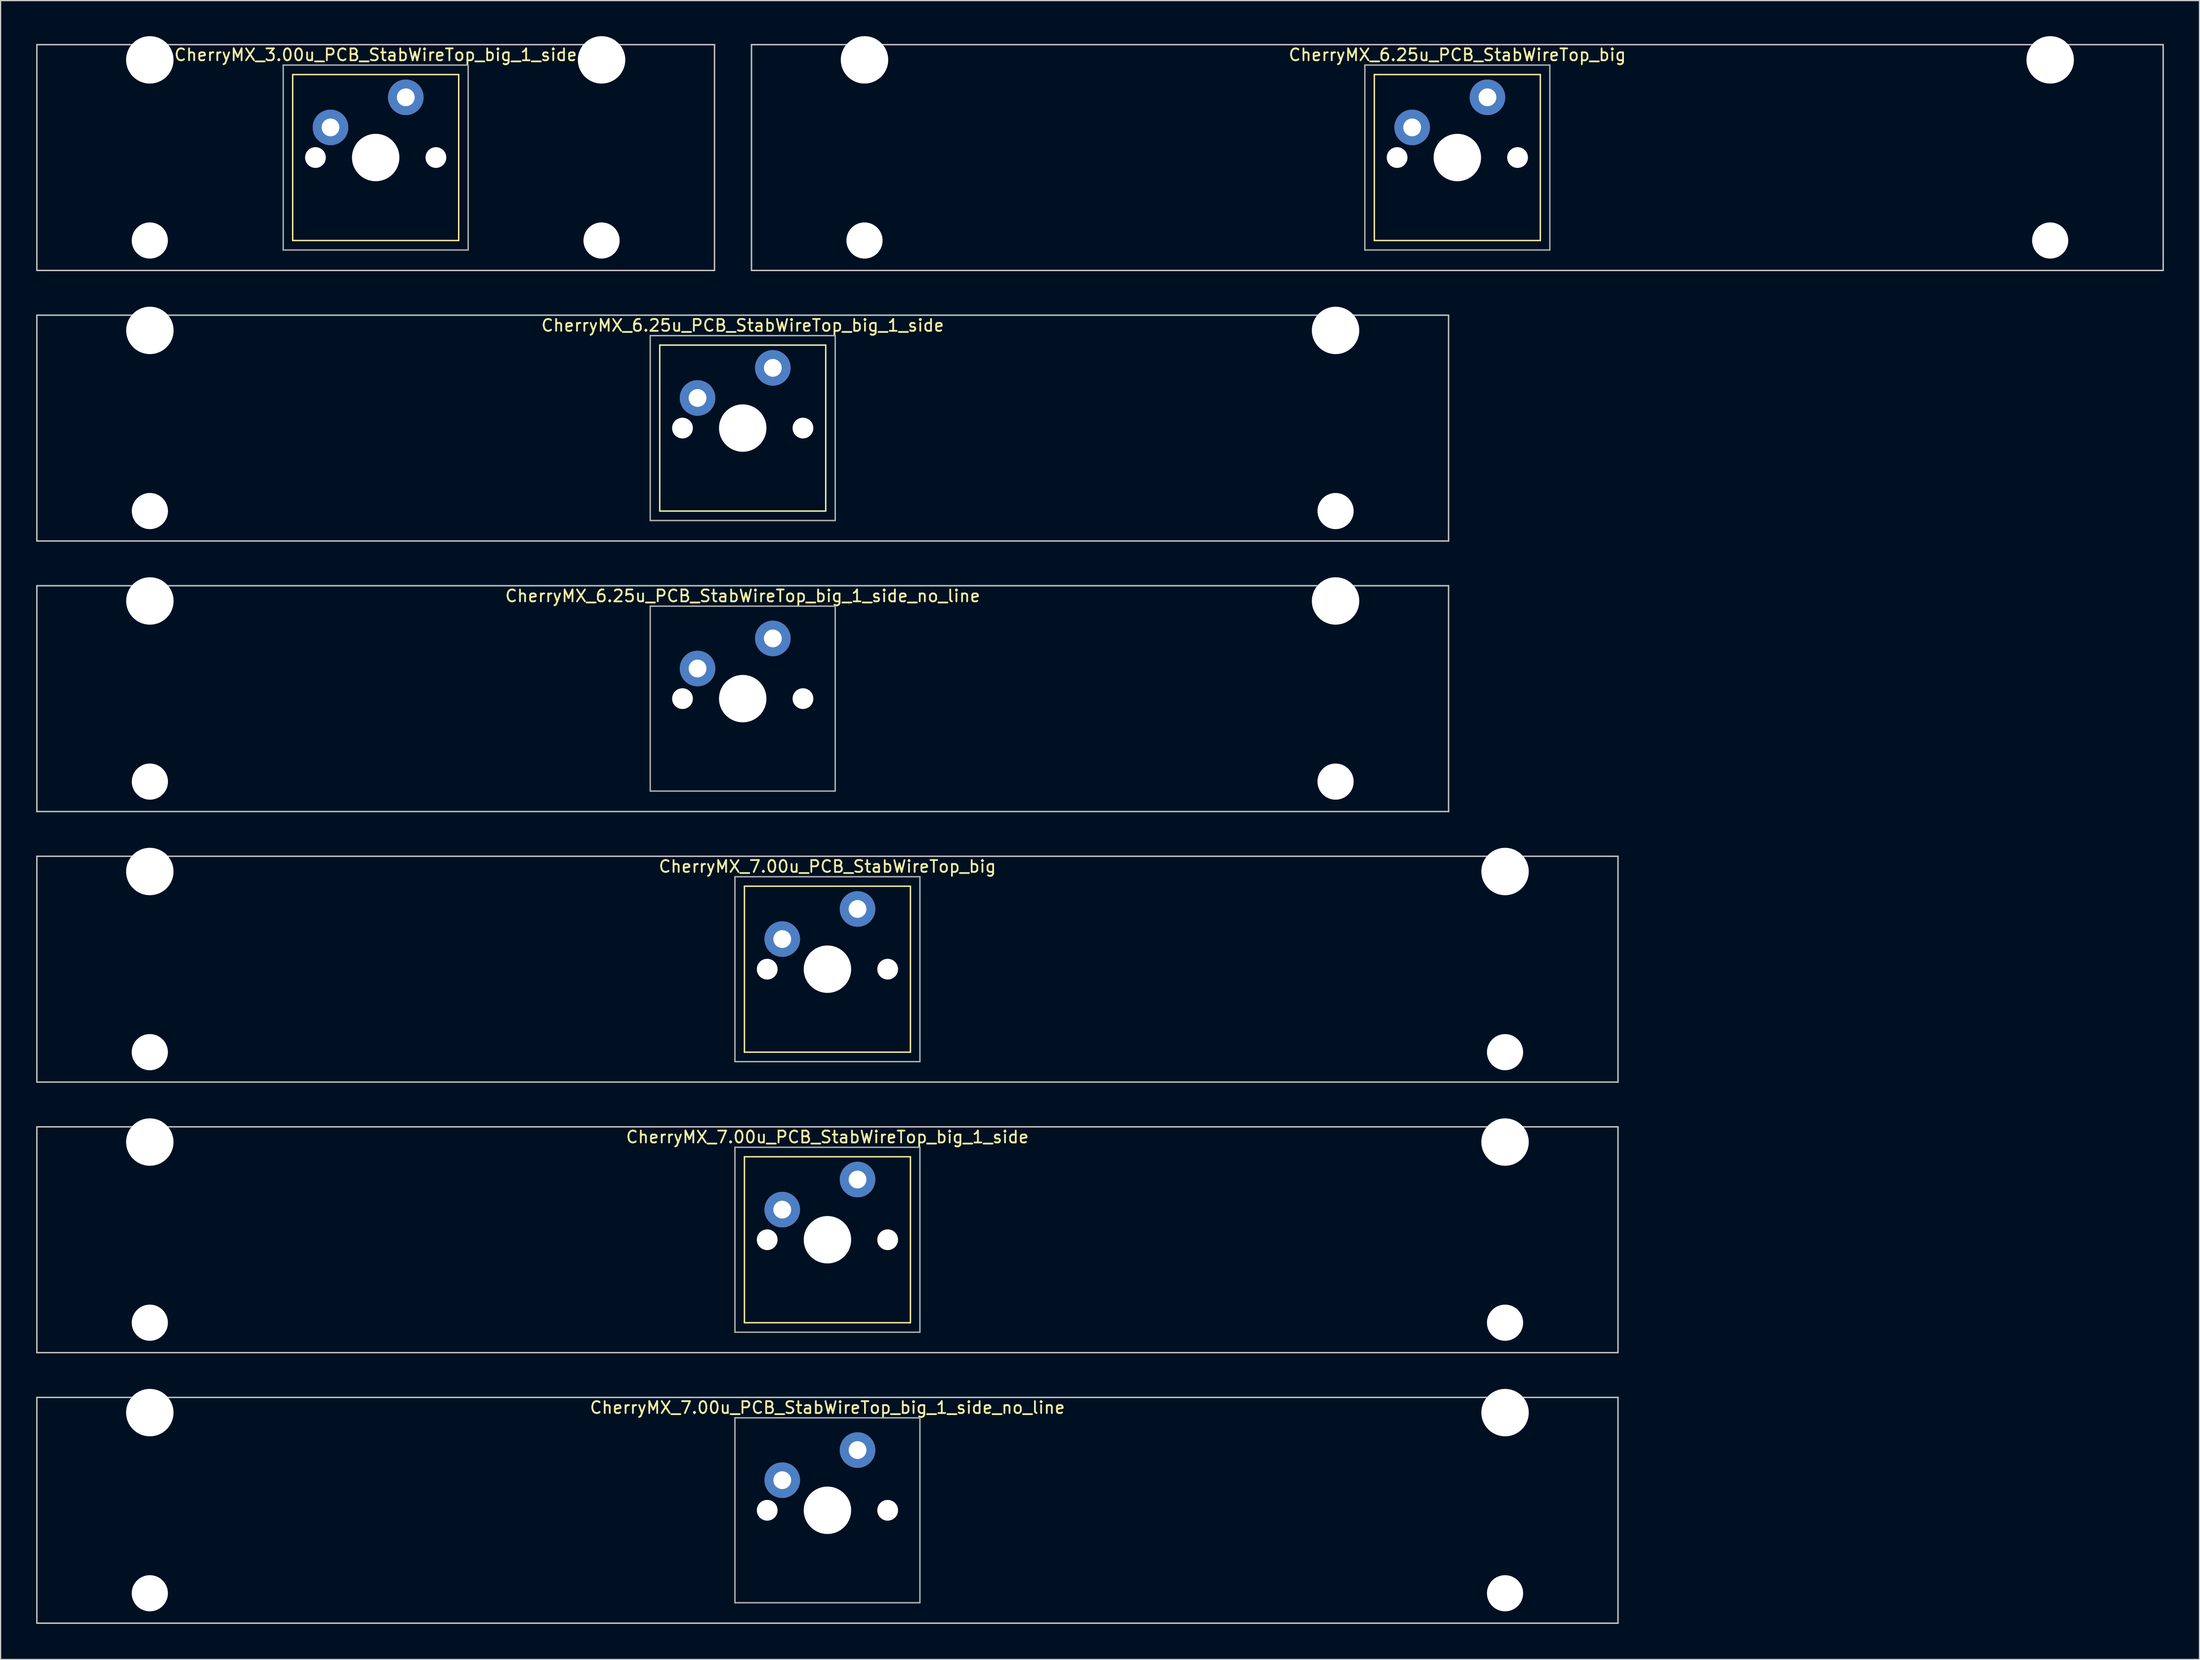
<source format=kicad_pcb>
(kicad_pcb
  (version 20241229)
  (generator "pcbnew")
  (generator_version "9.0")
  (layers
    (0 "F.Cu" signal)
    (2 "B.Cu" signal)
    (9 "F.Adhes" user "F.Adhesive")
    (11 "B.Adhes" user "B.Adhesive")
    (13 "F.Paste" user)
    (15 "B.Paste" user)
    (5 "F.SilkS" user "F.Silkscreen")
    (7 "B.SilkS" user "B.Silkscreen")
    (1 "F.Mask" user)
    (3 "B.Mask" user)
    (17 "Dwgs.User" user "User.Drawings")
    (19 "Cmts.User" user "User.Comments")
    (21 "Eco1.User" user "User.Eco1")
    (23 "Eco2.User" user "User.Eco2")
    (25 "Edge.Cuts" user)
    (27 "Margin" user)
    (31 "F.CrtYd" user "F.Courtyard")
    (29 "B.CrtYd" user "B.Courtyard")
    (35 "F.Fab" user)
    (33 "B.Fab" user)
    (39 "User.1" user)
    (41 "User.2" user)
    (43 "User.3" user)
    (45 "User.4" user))
  (footprint "CherryMX_7.00u_PCB_StabWireTop_big_1_side_no_line"
    (layer "F.Cu")
    (at 66.735 124.365)
    (property "Reference" "CherryMX_7.00u_PCB_StabWireTop_big_1_side_no_line" (at 0 -8.662 0) (layer "F.SilkS") (effects (font (size 1 1) (thickness 0.15))))
    (attr through_hole)
    (fp_line (start -66.675 -9.525) (end 66.675 -9.525) (stroke (width 0.12) (type solid)) (layer "Dwgs.User"))
    (fp_line (start -66.675 9.525) (end -66.675 -9.525) (stroke (width 0.12) (type solid)) (layer "Dwgs.User"))
    (fp_line (start 66.675 -9.525) (end 66.675 9.525) (stroke (width 0.12) (type solid)) (layer "Dwgs.User"))
    (fp_line (start 66.675 9.525) (end -66.675 9.525) (stroke (width 0.12) (type solid)) (layer "Dwgs.User"))
    (fp_line (start -7.8 -7.8) (end -7.8 7.8) (stroke (width 0.12) (type solid)) (layer "F.Fab"))
    (fp_line (start -7.8 -7.8) (end 7.8 -7.8) (stroke (width 0.12) (type solid)) (layer "F.Fab"))
    (fp_line (start -7.8 7.8) (end 7.8 7.8) (stroke (width 0.12) (type solid)) (layer "F.Fab"))
    (fp_line (start 7.8 -7.8) (end 7.8 7.8) (stroke (width 0.12) (type solid)) (layer "F.Fab"))
    (pad "" np_thru_hole circle (at -57.15 -8.24) (size 4 4) (drill 4) (layers "*.Cu" "*.Mask"))
    (pad "" np_thru_hole circle (at -57.15 7) (size 3.05 3.05) (drill 3.05) (layers "*.Cu" "*.Mask"))
    (pad "" np_thru_hole circle (at -5.08 0) (size 1.75 1.75) (drill 1.75) (layers "*.Cu" "*.Mask"))
    (pad "" np_thru_hole circle (at 0 0) (size 4 4) (drill 4) (layers "*.Cu" "*.Mask"))
    (pad "" np_thru_hole circle (at 5.08 0) (size 1.75 1.75) (drill 1.75) (layers "*.Cu" "*.Mask"))
    (pad "" np_thru_hole circle (at 57.15 -8.24) (size 4 4) (drill 4) (layers "*.Cu" "*.Mask"))
    (pad "" np_thru_hole circle (at 57.15 7) (size 3.05 3.05) (drill 3.05) (layers "*.Cu" "*.Mask"))
    (pad "1" thru_hole circle (at -3.81 -2.54) (size 3 3) (drill 1.5) (layers "*.Cu" "B.Mask"))
    (pad "2" thru_hole circle (at 2.54 -5.08) (size 3 3) (drill 1.5) (layers "*.Cu" "B.Mask")))
  (footprint "CherryMX_6.25u_PCB_StabWireTop_big"
    (layer "F.Cu")
    (at 119.861 10.24)
    (property "Reference" "CherryMX_6.25u_PCB_StabWireTop_big" (at 0 -8.662 0) (layer "F.SilkS") (effects (font (size 1 1) (thickness 0.15))))
    (attr through_hole)
    (fp_line (start -7 -7) (end -7 7) (stroke (width 0.12) (type solid)) (layer "F.SilkS"))
    (fp_line (start -7 -7) (end 7 -7) (stroke (width 0.12) (type solid)) (layer "F.SilkS"))
    (fp_line (start 7 -7) (end 7 7) (stroke (width 0.12) (type solid)) (layer "F.SilkS"))
    (fp_line (start 7 7) (end -7 7) (stroke (width 0.12) (type solid)) (layer "F.SilkS"))
    (fp_line (start -59.531 -9.525) (end 59.531 -9.525) (stroke (width 0.12) (type solid)) (layer "Dwgs.User"))
    (fp_line (start -59.531 9.525) (end -59.531 -9.525) (stroke (width 0.12) (type solid)) (layer "Dwgs.User"))
    (fp_line (start 59.531 -9.525) (end 59.531 9.525) (stroke (width 0.12) (type solid)) (layer "Dwgs.User"))
    (fp_line (start 59.531 9.525) (end -59.531 9.525) (stroke (width 0.12) (type solid)) (layer "Dwgs.User"))
    (fp_line (start -7.8 -7.8) (end -7.8 7.8) (stroke (width 0.12) (type solid)) (layer "F.Fab"))
    (fp_line (start -7.8 -7.8) (end 7.8 -7.8) (stroke (width 0.12) (type solid)) (layer "F.Fab"))
    (fp_line (start -7.8 7.8) (end 7.8 7.8) (stroke (width 0.12) (type solid)) (layer "F.Fab"))
    (fp_line (start 7.8 -7.8) (end 7.8 7.8) (stroke (width 0.12) (type solid)) (layer "F.Fab"))
    (pad "" np_thru_hole circle (at -50 -8.24) (size 4 4) (drill 4) (layers "*.Cu" "*.Mask"))
    (pad "" np_thru_hole circle (at -50 7) (size 3.05 3.05) (drill 3.05) (layers "*.Cu" "*.Mask"))
    (pad "" np_thru_hole circle (at -5.08 0) (size 1.75 1.75) (drill 1.75) (layers "*.Cu" "*.Mask"))
    (pad "" np_thru_hole circle (at 0 0) (size 4 4) (drill 4) (layers "*.Cu" "*.Mask"))
    (pad "" np_thru_hole circle (at 5.08 0) (size 1.75 1.75) (drill 1.75) (layers "*.Cu" "*.Mask"))
    (pad "" np_thru_hole circle (at 50 -8.24) (size 4 4) (drill 4) (layers "*.Cu" "*.Mask"))
    (pad "" np_thru_hole circle (at 50 7) (size 3.05 3.05) (drill 3.05) (layers "*.Cu" "*.Mask"))
    (pad "1" thru_hole circle (at -3.81 -2.54) (size 3 3) (drill 1.5) (layers "*.Cu" "*.Mask"))
    (pad "2" thru_hole circle (at 2.54 -5.08) (size 3 3) (drill 1.5) (layers "*.Cu" "*.Mask")))
  (footprint "CherryMX_7.00u_PCB_StabWireTop_big"
    (layer "F.Cu")
    (at 66.735 78.715)
    (property "Reference" "CherryMX_7.00u_PCB_StabWireTop_big" (at 0 -8.662 0) (layer "F.SilkS") (effects (font (size 1 1) (thickness 0.15))))
    (attr through_hole)
    (fp_line (start -7 -7) (end -7 7) (stroke (width 0.12) (type solid)) (layer "F.SilkS"))
    (fp_line (start -7 -7) (end 7 -7) (stroke (width 0.12) (type solid)) (layer "F.SilkS"))
    (fp_line (start 7 -7) (end 7 7) (stroke (width 0.12) (type solid)) (layer "F.SilkS"))
    (fp_line (start 7 7) (end -7 7) (stroke (width 0.12) (type solid)) (layer "F.SilkS"))
    (fp_line (start -66.675 -9.525) (end 66.675 -9.525) (stroke (width 0.12) (type solid)) (layer "Dwgs.User"))
    (fp_line (start -66.675 9.525) (end -66.675 -9.525) (stroke (width 0.12) (type solid)) (layer "Dwgs.User"))
    (fp_line (start 66.675 -9.525) (end 66.675 9.525) (stroke (width 0.12) (type solid)) (layer "Dwgs.User"))
    (fp_line (start 66.675 9.525) (end -66.675 9.525) (stroke (width 0.12) (type solid)) (layer "Dwgs.User"))
    (fp_line (start -7.8 -7.8) (end -7.8 7.8) (stroke (width 0.12) (type solid)) (layer "F.Fab"))
    (fp_line (start -7.8 -7.8) (end 7.8 -7.8) (stroke (width 0.12) (type solid)) (layer "F.Fab"))
    (fp_line (start -7.8 7.8) (end 7.8 7.8) (stroke (width 0.12) (type solid)) (layer "F.Fab"))
    (fp_line (start 7.8 -7.8) (end 7.8 7.8) (stroke (width 0.12) (type solid)) (layer "F.Fab"))
    (pad "" np_thru_hole circle (at -57.15 -8.24) (size 4 4) (drill 4) (layers "*.Cu" "*.Mask"))
    (pad "" np_thru_hole circle (at -57.15 7) (size 3.05 3.05) (drill 3.05) (layers "*.Cu" "*.Mask"))
    (pad "" np_thru_hole circle (at -5.08 0) (size 1.75 1.75) (drill 1.75) (layers "*.Cu" "*.Mask"))
    (pad "" np_thru_hole circle (at 0 0) (size 4 4) (drill 4) (layers "*.Cu" "*.Mask"))
    (pad "" np_thru_hole circle (at 5.08 0) (size 1.75 1.75) (drill 1.75) (layers "*.Cu" "*.Mask"))
    (pad "" np_thru_hole circle (at 57.15 -8.24) (size 4 4) (drill 4) (layers "*.Cu" "*.Mask"))
    (pad "" np_thru_hole circle (at 57.15 7) (size 3.05 3.05) (drill 3.05) (layers "*.Cu" "*.Mask"))
    (pad "1" thru_hole circle (at -3.81 -2.54) (size 3 3) (drill 1.5) (layers "*.Cu" "*.Mask"))
    (pad "2" thru_hole circle (at 2.54 -5.08) (size 3 3) (drill 1.5) (layers "*.Cu" "*.Mask")))
  (footprint "CherryMX_3.00u_PCB_StabWireTop_big_1_side"
    (layer "F.Cu")
    (at 28.635 10.24)
    (property "Reference" "CherryMX_3.00u_PCB_StabWireTop_big_1_side" (at 0 -8.662 0) (layer "F.SilkS") (effects (font (size 1 1) (thickness 0.15))))
    (attr through_hole)
    (fp_line (start -7 -7) (end -7 7) (stroke (width 0.12) (type solid)) (layer "F.SilkS"))
    (fp_line (start -7 -7) (end 7 -7) (stroke (width 0.12) (type solid)) (layer "F.SilkS"))
    (fp_line (start 7 -7) (end 7 7) (stroke (width 0.12) (type solid)) (layer "F.SilkS"))
    (fp_line (start 7 7) (end -7 7) (stroke (width 0.12) (type solid)) (layer "F.SilkS"))
    (fp_line (start -28.575 -9.525) (end 28.575 -9.525) (stroke (width 0.12) (type solid)) (layer "Dwgs.User"))
    (fp_line (start -28.575 9.525) (end -28.575 -9.525) (stroke (width 0.12) (type solid)) (layer "Dwgs.User"))
    (fp_line (start 28.575 -9.525) (end 28.575 9.525) (stroke (width 0.12) (type solid)) (layer "Dwgs.User"))
    (fp_line (start 28.575 9.525) (end -28.575 9.525) (stroke (width 0.12) (type solid)) (layer "Dwgs.User"))
    (fp_line (start -7.8 -7.8) (end -7.8 7.8) (stroke (width 0.12) (type solid)) (layer "F.Fab"))
    (fp_line (start -7.8 -7.8) (end 7.8 -7.8) (stroke (width 0.12) (type solid)) (layer "F.Fab"))
    (fp_line (start -7.8 7.8) (end 7.8 7.8) (stroke (width 0.12) (type solid)) (layer "F.Fab"))
    (fp_line (start 7.8 -7.8) (end 7.8 7.8) (stroke (width 0.12) (type solid)) (layer "F.Fab"))
    (pad "" np_thru_hole circle (at -19.05 -8.24) (size 4 4) (drill 4) (layers "*.Cu" "*.Mask"))
    (pad "" np_thru_hole circle (at -19.05 7) (size 3.05 3.05) (drill 3.05) (layers "*.Cu" "*.Mask"))
    (pad "" np_thru_hole circle (at -5.08 0) (size 1.75 1.75) (drill 1.75) (layers "*.Cu" "*.Mask"))
    (pad "" np_thru_hole circle (at 0 0) (size 4 4) (drill 4) (layers "*.Cu" "*.Mask"))
    (pad "" np_thru_hole circle (at 5.08 0) (size 1.75 1.75) (drill 1.75) (layers "*.Cu" "*.Mask"))
    (pad "" np_thru_hole circle (at 19.05 -8.24) (size 4 4) (drill 4) (layers "*.Cu" "*.Mask"))
    (pad "" np_thru_hole circle (at 19.05 7) (size 3.05 3.05) (drill 3.05) (layers "*.Cu" "*.Mask"))
    (pad "1" thru_hole circle (at -3.81 -2.54) (size 3 3) (drill 1.5) (layers "*.Cu" "B.Mask"))
    (pad "2" thru_hole circle (at 2.54 -5.08) (size 3 3) (drill 1.5) (layers "*.Cu" "B.Mask")))
  (footprint "CherryMX_7.00u_PCB_StabWireTop_big_1_side"
    (layer "F.Cu")
    (at 66.735 101.54)
    (property "Reference" "CherryMX_7.00u_PCB_StabWireTop_big_1_side" (at 0 -8.662 0) (layer "F.SilkS") (effects (font (size 1 1) (thickness 0.15))))
    (attr through_hole)
    (fp_line (start -7 -7) (end -7 7) (stroke (width 0.12) (type solid)) (layer "F.SilkS"))
    (fp_line (start -7 -7) (end 7 -7) (stroke (width 0.12) (type solid)) (layer "F.SilkS"))
    (fp_line (start 7 -7) (end 7 7) (stroke (width 0.12) (type solid)) (layer "F.SilkS"))
    (fp_line (start 7 7) (end -7 7) (stroke (width 0.12) (type solid)) (layer "F.SilkS"))
    (fp_line (start -66.675 -9.525) (end 66.675 -9.525) (stroke (width 0.12) (type solid)) (layer "Dwgs.User"))
    (fp_line (start -66.675 9.525) (end -66.675 -9.525) (stroke (width 0.12) (type solid)) (layer "Dwgs.User"))
    (fp_line (start 66.675 -9.525) (end 66.675 9.525) (stroke (width 0.12) (type solid)) (layer "Dwgs.User"))
    (fp_line (start 66.675 9.525) (end -66.675 9.525) (stroke (width 0.12) (type solid)) (layer "Dwgs.User"))
    (fp_line (start -7.8 -7.8) (end -7.8 7.8) (stroke (width 0.12) (type solid)) (layer "F.Fab"))
    (fp_line (start -7.8 -7.8) (end 7.8 -7.8) (stroke (width 0.12) (type solid)) (layer "F.Fab"))
    (fp_line (start -7.8 7.8) (end 7.8 7.8) (stroke (width 0.12) (type solid)) (layer "F.Fab"))
    (fp_line (start 7.8 -7.8) (end 7.8 7.8) (stroke (width 0.12) (type solid)) (layer "F.Fab"))
    (pad "" np_thru_hole circle (at -57.15 -8.24) (size 4 4) (drill 4) (layers "*.Cu" "*.Mask"))
    (pad "" np_thru_hole circle (at -57.15 7) (size 3.05 3.05) (drill 3.05) (layers "*.Cu" "*.Mask"))
    (pad "" np_thru_hole circle (at -5.08 0) (size 1.75 1.75) (drill 1.75) (layers "*.Cu" "*.Mask"))
    (pad "" np_thru_hole circle (at 0 0) (size 4 4) (drill 4) (layers "*.Cu" "*.Mask"))
    (pad "" np_thru_hole circle (at 5.08 0) (size 1.75 1.75) (drill 1.75) (layers "*.Cu" "*.Mask"))
    (pad "" np_thru_hole circle (at 57.15 -8.24) (size 4 4) (drill 4) (layers "*.Cu" "*.Mask"))
    (pad "" np_thru_hole circle (at 57.15 7) (size 3.05 3.05) (drill 3.05) (layers "*.Cu" "*.Mask"))
    (pad "1" thru_hole circle (at -3.81 -2.54) (size 3 3) (drill 1.5) (layers "*.Cu" "B.Mask"))
    (pad "2" thru_hole circle (at 2.54 -5.08) (size 3 3) (drill 1.5) (layers "*.Cu" "B.Mask")))
  (footprint "CherryMX_6.25u_PCB_StabWireTop_big_1_side"
    (layer "F.Cu")
    (at 59.591 33.065)
    (property "Reference" "CherryMX_6.25u_PCB_StabWireTop_big_1_side" (at 0 -8.662 0) (layer "F.SilkS") (effects (font (size 1 1) (thickness 0.15))))
    (attr through_hole)
    (fp_line (start -7 -7) (end -7 7) (stroke (width 0.12) (type solid)) (layer "F.SilkS"))
    (fp_line (start -7 -7) (end 7 -7) (stroke (width 0.12) (type solid)) (layer "F.SilkS"))
    (fp_line (start 7 -7) (end 7 7) (stroke (width 0.12) (type solid)) (layer "F.SilkS"))
    (fp_line (start 7 7) (end -7 7) (stroke (width 0.12) (type solid)) (layer "F.SilkS"))
    (fp_line (start -59.531 -9.525) (end 59.531 -9.525) (stroke (width 0.12) (type solid)) (layer "Dwgs.User"))
    (fp_line (start -59.531 9.525) (end -59.531 -9.525) (stroke (width 0.12) (type solid)) (layer "Dwgs.User"))
    (fp_line (start 59.531 -9.525) (end 59.531 9.525) (stroke (width 0.12) (type solid)) (layer "Dwgs.User"))
    (fp_line (start 59.531 9.525) (end -59.531 9.525) (stroke (width 0.12) (type solid)) (layer "Dwgs.User"))
    (fp_line (start -7.8 -7.8) (end -7.8 7.8) (stroke (width 0.12) (type solid)) (layer "F.Fab"))
    (fp_line (start -7.8 -7.8) (end 7.8 -7.8) (stroke (width 0.12) (type solid)) (layer "F.Fab"))
    (fp_line (start -7.8 7.8) (end 7.8 7.8) (stroke (width 0.12) (type solid)) (layer "F.Fab"))
    (fp_line (start 7.8 -7.8) (end 7.8 7.8) (stroke (width 0.12) (type solid)) (layer "F.Fab"))
    (pad "" np_thru_hole circle (at -50 -8.24) (size 4 4) (drill 4) (layers "*.Cu" "*.Mask"))
    (pad "" np_thru_hole circle (at -50 7) (size 3.05 3.05) (drill 3.05) (layers "*.Cu" "*.Mask"))
    (pad "" np_thru_hole circle (at -5.08 0) (size 1.75 1.75) (drill 1.75) (layers "*.Cu" "*.Mask"))
    (pad "" np_thru_hole circle (at 0 0) (size 4 4) (drill 4) (layers "*.Cu" "*.Mask"))
    (pad "" np_thru_hole circle (at 5.08 0) (size 1.75 1.75) (drill 1.75) (layers "*.Cu" "*.Mask"))
    (pad "" np_thru_hole circle (at 50 -8.24) (size 4 4) (drill 4) (layers "*.Cu" "*.Mask"))
    (pad "" np_thru_hole circle (at 50 7) (size 3.05 3.05) (drill 3.05) (layers "*.Cu" "*.Mask"))
    (pad "1" thru_hole circle (at -3.81 -2.54) (size 3 3) (drill 1.5) (layers "*.Cu" "B.Mask"))
    (pad "2" thru_hole circle (at 2.54 -5.08) (size 3 3) (drill 1.5) (layers "*.Cu" "B.Mask")))
  (footprint "CherryMX_6.25u_PCB_StabWireTop_big_1_side_no_line"
    (layer "F.Cu")
    (at 59.591 55.89)
    (property "Reference" "CherryMX_6.25u_PCB_StabWireTop_big_1_side_no_line" (at 0 -8.662 0) (layer "F.SilkS") (effects (font (size 1 1) (thickness 0.15))))
    (attr through_hole)
    (fp_line (start -59.531 -9.525) (end 59.531 -9.525) (stroke (width 0.12) (type solid)) (layer "Dwgs.User"))
    (fp_line (start -59.531 9.525) (end -59.531 -9.525) (stroke (width 0.12) (type solid)) (layer "Dwgs.User"))
    (fp_line (start 59.531 -9.525) (end 59.531 9.525) (stroke (width 0.12) (type solid)) (layer "Dwgs.User"))
    (fp_line (start 59.531 9.525) (end -59.531 9.525) (stroke (width 0.12) (type solid)) (layer "Dwgs.User"))
    (fp_line (start -7.8 -7.8) (end -7.8 7.8) (stroke (width 0.12) (type solid)) (layer "F.Fab"))
    (fp_line (start -7.8 -7.8) (end 7.8 -7.8) (stroke (width 0.12) (type solid)) (layer "F.Fab"))
    (fp_line (start -7.8 7.8) (end 7.8 7.8) (stroke (width 0.12) (type solid)) (layer "F.Fab"))
    (fp_line (start 7.8 -7.8) (end 7.8 7.8) (stroke (width 0.12) (type solid)) (layer "F.Fab"))
    (pad "" np_thru_hole circle (at -50 -8.24) (size 4 4) (drill 4) (layers "*.Cu" "*.Mask"))
    (pad "" np_thru_hole circle (at -50 7) (size 3.05 3.05) (drill 3.05) (layers "*.Cu" "*.Mask"))
    (pad "" np_thru_hole circle (at -5.08 0) (size 1.75 1.75) (drill 1.75) (layers "*.Cu" "*.Mask"))
    (pad "" np_thru_hole circle (at 0 0) (size 4 4) (drill 4) (layers "*.Cu" "*.Mask"))
    (pad "" np_thru_hole circle (at 5.08 0) (size 1.75 1.75) (drill 1.75) (layers "*.Cu" "*.Mask"))
    (pad "" np_thru_hole circle (at 50 -8.24) (size 4 4) (drill 4) (layers "*.Cu" "*.Mask"))
    (pad "" np_thru_hole circle (at 50 7) (size 3.05 3.05) (drill 3.05) (layers "*.Cu" "*.Mask"))
    (pad "1" thru_hole circle (at -3.81 -2.54) (size 3 3) (drill 1.5) (layers "*.Cu" "B.Mask"))
    (pad "2" thru_hole circle (at 2.54 -5.08) (size 3 3) (drill 1.5) (layers "*.Cu" "B.Mask")))
  (gr_rect
    (start -3 -3)
    (end 182.452 136.95)
    (stroke (width 0.1) (type default))
    (fill no)
    (layer "Edge.Cuts")))
</source>
